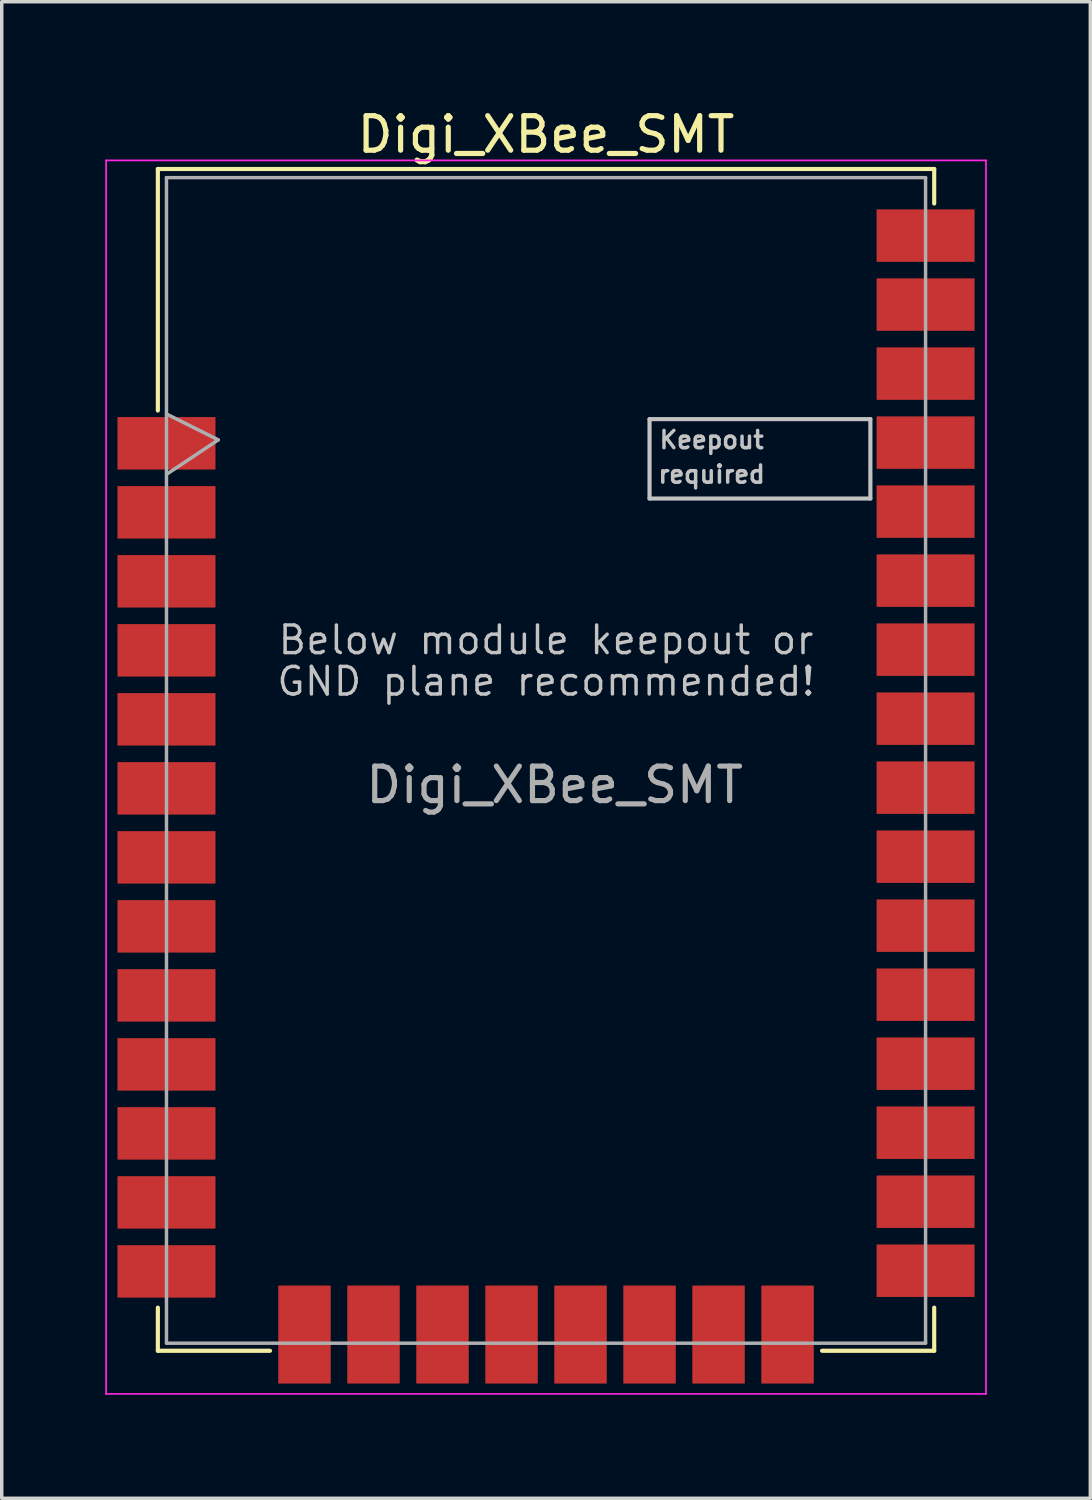
<source format=kicad_pcb>
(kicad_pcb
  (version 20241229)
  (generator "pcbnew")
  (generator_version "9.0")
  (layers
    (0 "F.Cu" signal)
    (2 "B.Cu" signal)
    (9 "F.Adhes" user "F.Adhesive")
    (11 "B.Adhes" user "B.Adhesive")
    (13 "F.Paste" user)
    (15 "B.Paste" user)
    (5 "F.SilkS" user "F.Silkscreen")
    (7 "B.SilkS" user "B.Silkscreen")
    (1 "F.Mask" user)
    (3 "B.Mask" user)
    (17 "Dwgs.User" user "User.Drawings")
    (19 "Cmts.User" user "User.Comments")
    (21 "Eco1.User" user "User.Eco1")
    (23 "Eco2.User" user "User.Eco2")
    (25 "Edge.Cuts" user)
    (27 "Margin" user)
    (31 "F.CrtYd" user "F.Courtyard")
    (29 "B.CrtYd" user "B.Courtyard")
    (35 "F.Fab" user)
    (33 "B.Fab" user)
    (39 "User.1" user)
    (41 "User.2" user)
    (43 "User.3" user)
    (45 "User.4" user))
  (footprint "Digi_XBee_SMT"
    (layer "F.Cu")
    (at 12.775 19.698)
    (property "Reference" "Digi_XBee_SMT" (at 0 -18.85 0) (layer "F.SilkS") (effects (font (size 1 1) (thickness 0.15))))
    (attr smd)
    (fp_line (start -11.25 -17.85) (end 11.25 -17.85) (stroke (width 0.12) (type solid)) (layer "F.SilkS"))
    (fp_line (start -11.25 -10.85) (end -11.25 -17.85) (stroke (width 0.12) (type solid)) (layer "F.SilkS"))
    (fp_line (start -11.25 15.15) (end -11.25 16.4) (stroke (width 0.12) (type solid)) (layer "F.SilkS"))
    (fp_line (start -11.25 16.4) (end -8 16.4) (stroke (width 0.12) (type solid)) (layer "F.SilkS"))
    (fp_line (start 8 16.4) (end 11.25 16.4) (stroke (width 0.12) (type solid)) (layer "F.SilkS"))
    (fp_line (start 11.25 -17.85) (end 11.25 -16.85) (stroke (width 0.12) (type solid)) (layer "F.SilkS"))
    (fp_line (start 11.25 16.4) (end 11.25 15.15) (stroke (width 0.12) (type solid)) (layer "F.SilkS"))
    (fp_line (start 3 -10.6) (end 3 -8.3) (stroke (width 0.12) (type solid)) (layer "Dwgs.User"))
    (fp_line (start 3 -8.3) (end 9.4 -8.3) (stroke (width 0.12) (type solid)) (layer "Dwgs.User"))
    (fp_line (start 9.4 -10.6) (end 3 -10.6) (stroke (width 0.12) (type solid)) (layer "Dwgs.User"))
    (fp_line (start 9.4 -8.3) (end 9.4 -10.6) (stroke (width 0.12) (type solid)) (layer "Dwgs.User"))
    (fp_line (start -12.75 -18.1) (end 12.75 -18.1) (stroke (width 0.05) (type solid)) (layer "F.CrtYd"))
    (fp_line (start -12.75 17.65) (end -12.75 -18.1) (stroke (width 0.05) (type solid)) (layer "F.CrtYd"))
    (fp_line (start 12.75 -18.1) (end 12.75 17.65) (stroke (width 0.05) (type solid)) (layer "F.CrtYd"))
    (fp_line (start 12.75 17.65) (end -12.75 17.65) (stroke (width 0.05) (type solid)) (layer "F.CrtYd"))
    (fp_line (start -11 -17.6) (end -11 16.18) (stroke (width 0.1) (type solid)) (layer "F.Fab"))
    (fp_line (start -11 -10.75) (end -9.5 -10) (stroke (width 0.1) (type solid)) (layer "F.Fab"))
    (fp_line (start -11 16.18) (end 11 16.18) (stroke (width 0.1) (type solid)) (layer "F.Fab"))
    (fp_line (start -9.5 -10) (end -11 -9) (stroke (width 0.1) (type solid)) (layer "F.Fab"))
    (fp_line (start 11 -17.6) (end -11 -17.6) (stroke (width 0.1) (type solid)) (layer "F.Fab"))
    (fp_line (start 11 16.18) (end 11 -17.6) (stroke (width 0.1) (type solid)) (layer "F.Fab"))
    (fp_text user "Keepout" (at 4.8 -10 0) (layer "Dwgs.User") (effects (font (size 0.5 0.5) (thickness 0.1))))
    (fp_text user "Below module keepout or" (at 0 -4.2 0) (layer "Dwgs.User") (effects (font (size 0.8 0.8) (thickness 0.1))))
    (fp_text user "required" (at 4.8 -9 0) (layer "Dwgs.User") (effects (font (size 0.5 0.5) (thickness 0.1))))
    (fp_text user "GND plane recommended!" (at 0 -3 0) (layer "Dwgs.User") (effects (font (size 0.8 0.8) (thickness 0.1))))
    (fp_text user "${REFERENCE}" (at 0.25 0 0) (layer "F.Fab") (effects (font (size 1 1) (thickness 0.15))))
    (pad "1" smd rect (at -11 -9.9) (size 2.84 1.52) (layers "F.Cu" "F.Mask" "F.Paste"))
    (pad "2" smd rect (at -11 -7.9) (size 2.84 1.52) (layers "F.Cu" "F.Mask" "F.Paste"))
    (pad "3" smd rect (at -11 -5.9) (size 2.84 1.52) (layers "F.Cu" "F.Mask" "F.Paste"))
    (pad "4" smd rect (at -11 -3.9) (size 2.84 1.52) (layers "F.Cu" "F.Mask" "F.Paste"))
    (pad "5" smd rect (at -11 -1.9) (size 2.84 1.52) (layers "F.Cu" "F.Mask" "F.Paste"))
    (pad "6" smd rect (at -11 0.1) (size 2.84 1.52) (layers "F.Cu" "F.Mask" "F.Paste"))
    (pad "7" smd rect (at -11 2.1) (size 2.84 1.52) (layers "F.Cu" "F.Mask" "F.Paste"))
    (pad "8" smd rect (at -11 4.1) (size 2.84 1.52) (layers "F.Cu" "F.Mask" "F.Paste"))
    (pad "9" smd rect (at -11 6.1) (size 2.84 1.52) (layers "F.Cu" "F.Mask" "F.Paste"))
    (pad "10" smd rect (at -11 8.1) (size 2.84 1.52) (layers "F.Cu" "F.Mask" "F.Paste"))
    (pad "11" smd rect (at -11 10.1) (size 2.84 1.52) (layers "F.Cu" "F.Mask" "F.Paste"))
    (pad "12" smd rect (at -11 12.1) (size 2.84 1.52) (layers "F.Cu" "F.Mask" "F.Paste"))
    (pad "13" smd rect (at -11 14.1) (size 2.84 1.52) (layers "F.Cu" "F.Mask" "F.Paste"))
    (pad "14" smd rect (at -7 15.93 90) (size 2.84 1.52) (layers "F.Cu" "F.Mask" "F.Paste"))
    (pad "15" smd rect (at -5 15.93 90) (size 2.84 1.52) (layers "F.Cu" "F.Mask" "F.Paste"))
    (pad "16" smd rect (at -3 15.93 90) (size 2.84 1.52) (layers "F.Cu" "F.Mask" "F.Paste"))
    (pad "17" smd rect (at -1 15.93 90) (size 2.84 1.52) (layers "F.Cu" "F.Mask" "F.Paste"))
    (pad "18" smd rect (at 1 15.93 90) (size 2.84 1.52) (layers "F.Cu" "F.Mask" "F.Paste"))
    (pad "19" smd rect (at 3 15.93 90) (size 2.84 1.52) (layers "F.Cu" "F.Mask" "F.Paste"))
    (pad "20" smd rect (at 5 15.93 90) (size 2.84 1.52) (layers "F.Cu" "F.Mask" "F.Paste"))
    (pad "21" smd rect (at 7 15.93 90) (size 2.84 1.52) (layers "F.Cu" "F.Mask" "F.Paste"))
    (pad "22" smd rect (at 11 14.08) (size 2.84 1.52) (layers "F.Cu" "F.Mask" "F.Paste"))
    (pad "23" smd rect (at 11 12.08) (size 2.84 1.52) (layers "F.Cu" "F.Mask" "F.Paste"))
    (pad "24" smd rect (at 11 10.08) (size 2.84 1.52) (layers "F.Cu" "F.Mask" "F.Paste"))
    (pad "25" smd rect (at 11 8.08) (size 2.84 1.52) (layers "F.Cu" "F.Mask" "F.Paste"))
    (pad "26" smd rect (at 11 6.08) (size 2.84 1.52) (layers "F.Cu" "F.Mask" "F.Paste"))
    (pad "27" smd rect (at 11 4.08) (size 2.84 1.52) (layers "F.Cu" "F.Mask" "F.Paste"))
    (pad "28" smd rect (at 11 2.08) (size 2.84 1.52) (layers "F.Cu" "F.Mask" "F.Paste"))
    (pad "29" smd rect (at 11 0.08) (size 2.84 1.52) (layers "F.Cu" "F.Mask" "F.Paste"))
    (pad "30" smd rect (at 11 -1.92) (size 2.84 1.52) (layers "F.Cu" "F.Mask" "F.Paste"))
    (pad "31" smd rect (at 11 -3.92) (size 2.84 1.52) (layers "F.Cu" "F.Mask" "F.Paste"))
    (pad "32" smd rect (at 11 -5.92) (size 2.84 1.52) (layers "F.Cu" "F.Mask" "F.Paste"))
    (pad "33" smd rect (at 11 -7.92) (size 2.84 1.52) (layers "F.Cu" "F.Mask" "F.Paste"))
    (pad "34" smd rect (at 11 -9.92) (size 2.84 1.52) (layers "F.Cu" "F.Mask" "F.Paste"))
    (pad "35" smd rect (at 11 -11.92) (size 2.84 1.52) (layers "F.Cu" "F.Mask" "F.Paste"))
    (pad "36" smd rect (at 11 -13.92) (size 2.84 1.52) (layers "F.Cu" "F.Mask" "F.Paste"))
    (pad "37" smd rect (at 11 -15.92) (size 2.84 1.52) (layers "F.Cu" "F.Mask" "F.Paste")))
  (gr_rect
    (start -3 -3)
    (end 28.55 40.373)
    (stroke (width 0.1) (type default))
    (fill no)
    (layer "Edge.Cuts")))
</source>
